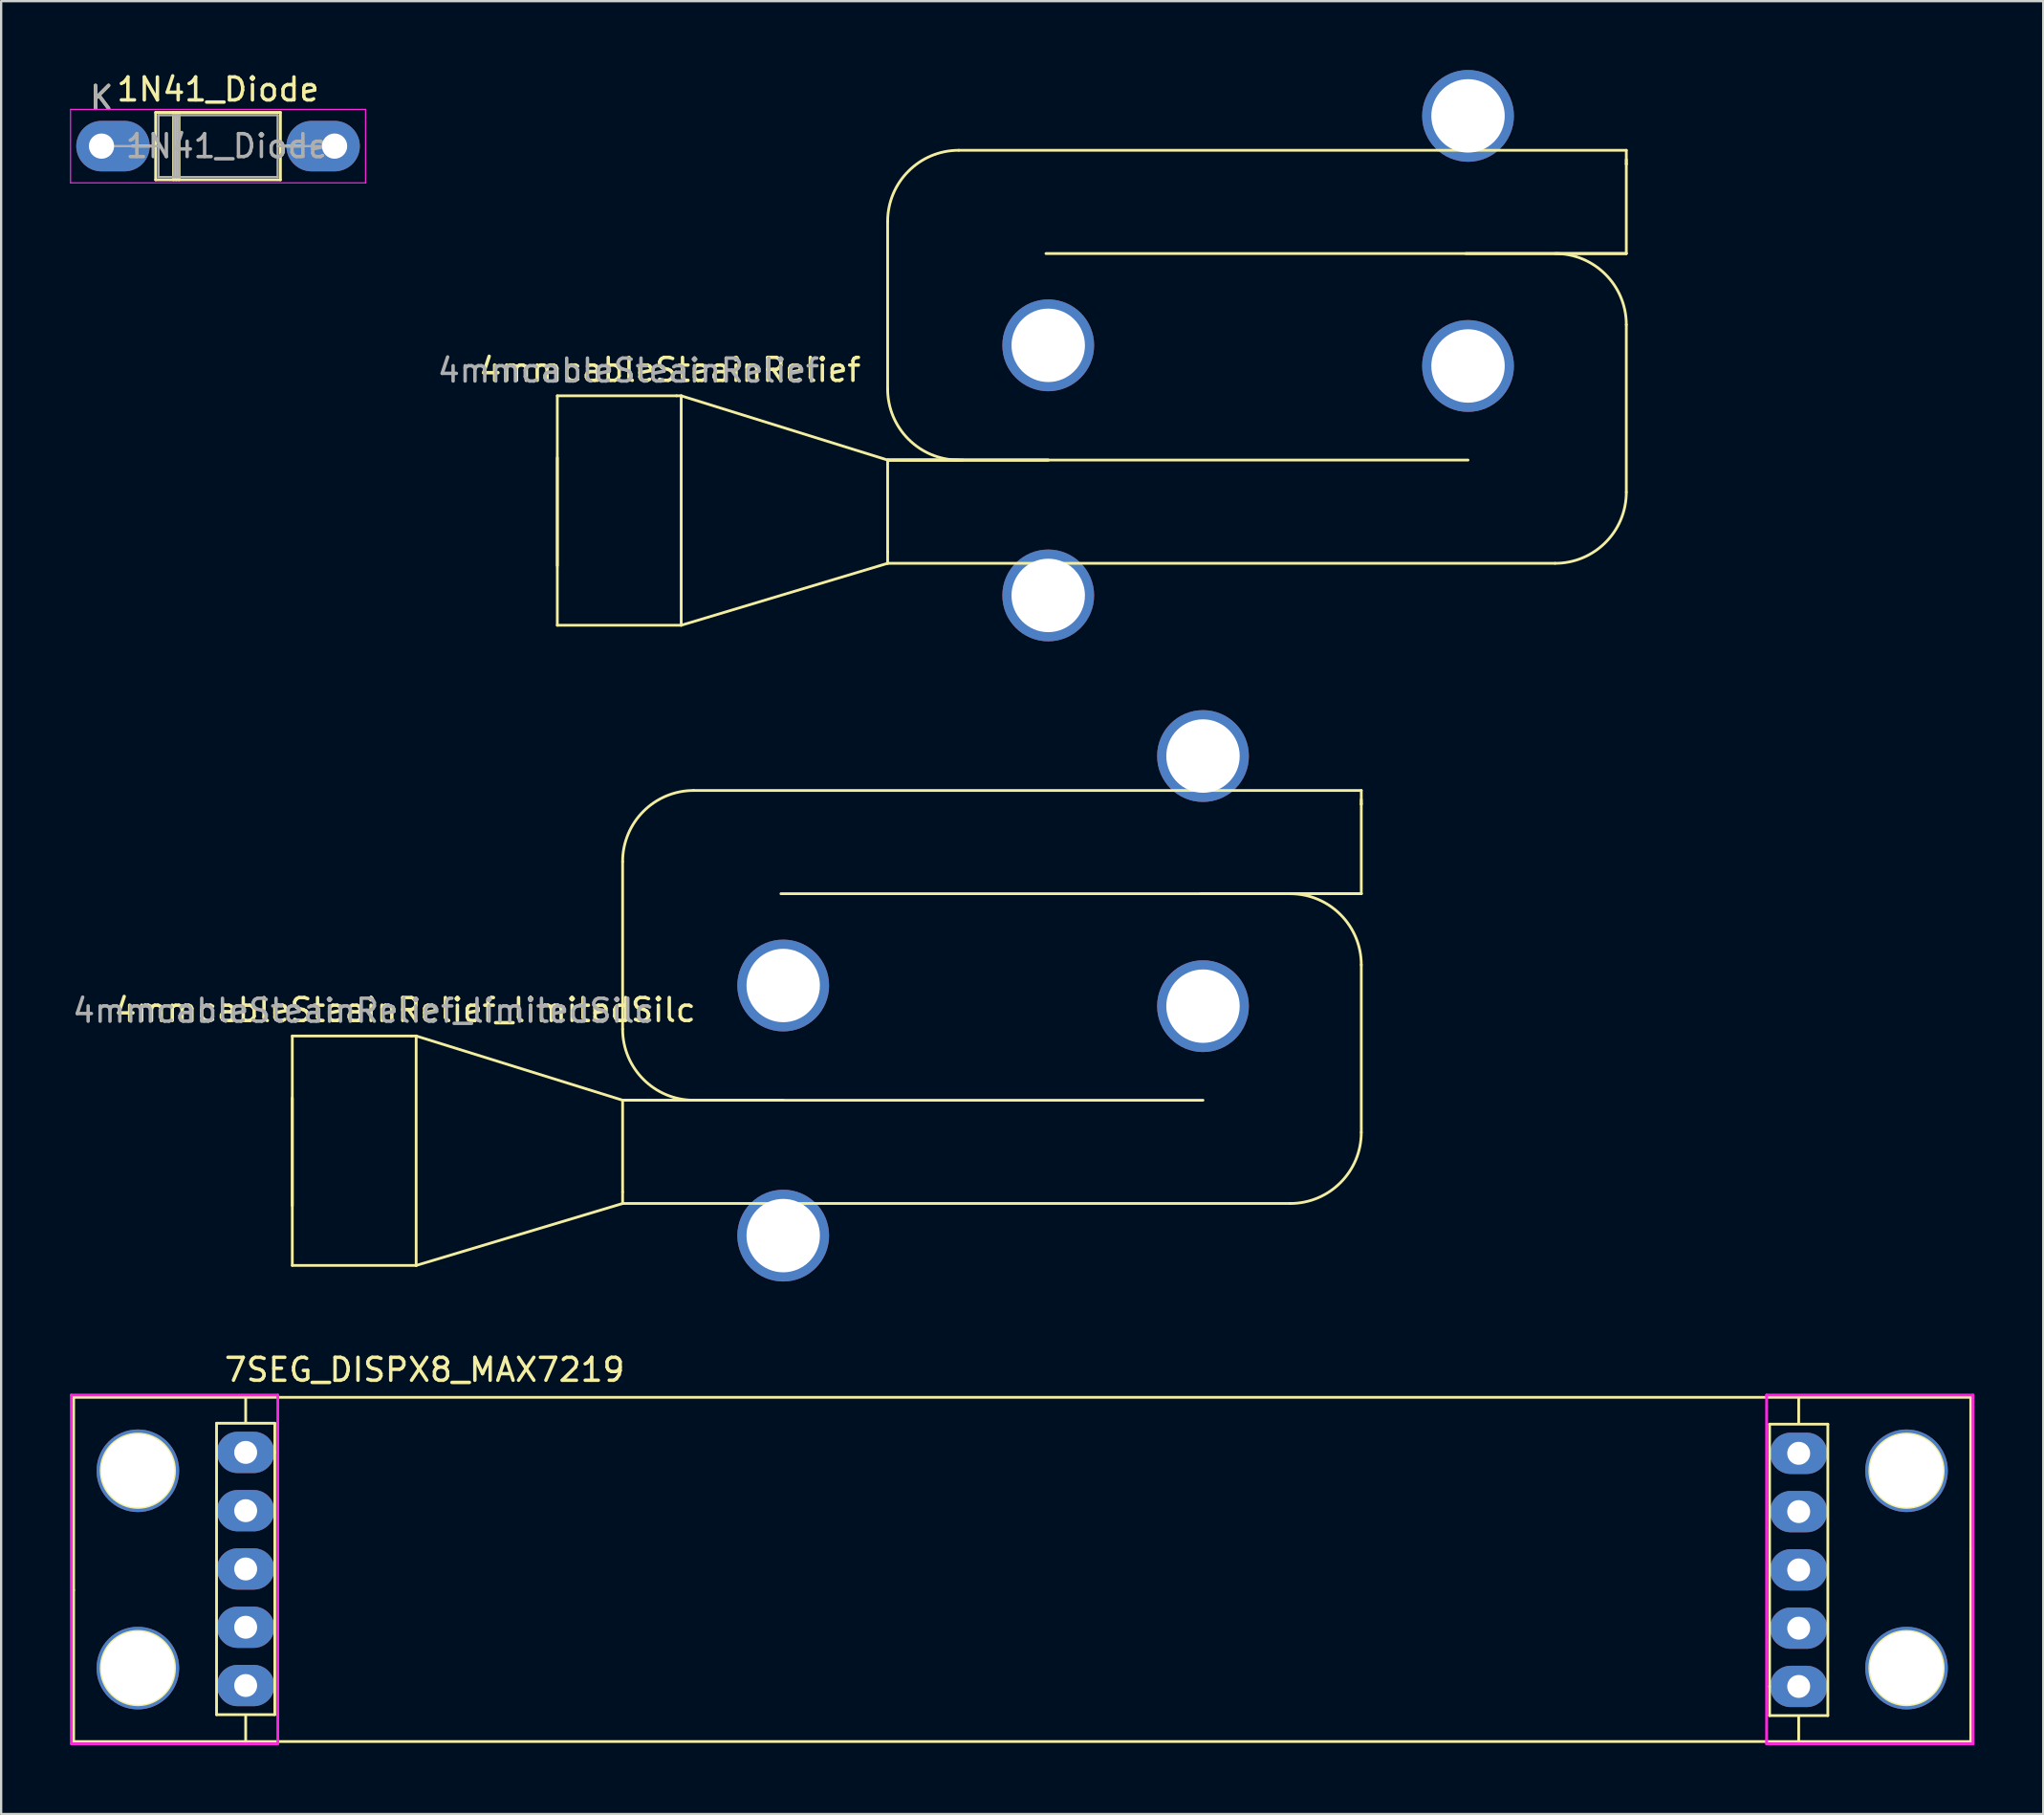
<source format=kicad_pcb>
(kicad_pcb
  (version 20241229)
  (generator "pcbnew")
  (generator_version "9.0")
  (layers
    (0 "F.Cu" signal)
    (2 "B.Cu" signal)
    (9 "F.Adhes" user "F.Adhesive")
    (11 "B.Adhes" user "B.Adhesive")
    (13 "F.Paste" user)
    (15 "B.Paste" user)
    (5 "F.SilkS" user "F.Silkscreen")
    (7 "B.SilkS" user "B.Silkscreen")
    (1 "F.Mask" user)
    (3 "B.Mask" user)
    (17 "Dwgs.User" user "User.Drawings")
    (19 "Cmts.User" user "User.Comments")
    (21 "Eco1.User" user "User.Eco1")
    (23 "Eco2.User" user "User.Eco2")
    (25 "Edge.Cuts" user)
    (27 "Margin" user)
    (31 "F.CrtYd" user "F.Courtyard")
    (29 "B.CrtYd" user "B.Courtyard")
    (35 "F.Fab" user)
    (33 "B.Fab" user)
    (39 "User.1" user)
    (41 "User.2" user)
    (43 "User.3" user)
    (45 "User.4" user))
  (footprint "7SEG_DISPX8_MAX7219"
    (layer "F.Cu")
    (at 7.66 60.248)
    (property "Reference" "7SEG_DISPX8_MAX7219" (at 7.8 -3.6 0) (layer "F.SilkS") (effects (font (size 1 1) (thickness 0.15))))
    (attr through_hole)
    (fp_line (start -7.5 -2.4) (end -7.5 6) (stroke (width 0.12) (type solid)) (layer "F.SilkS"))
    (fp_line (start -7.5 12.6) (end -7.5 6) (stroke (width 0.12) (type solid)) (layer "F.SilkS"))
    (fp_line (start -1.27 -1.27) (end -1.27 11.43) (stroke (width 0.12) (type solid)) (layer "F.SilkS"))
    (fp_line (start -1.27 11.43) (end 1.27 11.43) (stroke (width 0.12) (type solid)) (layer "F.SilkS"))
    (fp_line (start 0 -2.4) (end -7.5 -2.4) (stroke (width 0.12) (type solid)) (layer "F.SilkS"))
    (fp_line (start 0 -2.4) (end 0 -1.3) (stroke (width 0.12) (type solid)) (layer "F.SilkS"))
    (fp_line (start 0 -2.4) (end 67.7 -2.4) (stroke (width 0.12) (type solid)) (layer "F.SilkS"))
    (fp_line (start 0 11.5) (end 0 12.6) (stroke (width 0.12) (type solid)) (layer "F.SilkS"))
    (fp_line (start 0 12.6) (end -7.5 12.6) (stroke (width 0.12) (type solid)) (layer "F.SilkS"))
    (fp_line (start 0 12.6) (end 67.7 12.6) (stroke (width 0.12) (type solid)) (layer "F.SilkS"))
    (fp_line (start 1.27 -1.27) (end -1.27 -1.27) (stroke (width 0.12) (type solid)) (layer "F.SilkS"))
    (fp_line (start 1.27 0) (end 1.27 -1.27) (stroke (width 0.12) (type solid)) (layer "F.SilkS"))
    (fp_line (start 1.27 11.43) (end 1.27 0) (stroke (width 0.12) (type solid)) (layer "F.SilkS"))
    (fp_line (start 66.43 -1.23) (end 66.43 10.2) (stroke (width 0.12) (type solid)) (layer "F.SilkS"))
    (fp_line (start 66.43 10.2) (end 66.43 11.47) (stroke (width 0.12) (type solid)) (layer "F.SilkS"))
    (fp_line (start 66.43 11.47) (end 68.97 11.47) (stroke (width 0.12) (type solid)) (layer "F.SilkS"))
    (fp_line (start 67.7 -2.4) (end 75.2 -2.4) (stroke (width 0.12) (type solid)) (layer "F.SilkS"))
    (fp_line (start 67.7 -1.3) (end 67.7 -2.4) (stroke (width 0.12) (type solid)) (layer "F.SilkS"))
    (fp_line (start 67.7 12.6) (end 67.7 11.5) (stroke (width 0.12) (type solid)) (layer "F.SilkS"))
    (fp_line (start 67.7 12.6) (end 75.2 12.6) (stroke (width 0.12) (type solid)) (layer "F.SilkS"))
    (fp_line (start 68.97 -1.23) (end 66.43 -1.23) (stroke (width 0.12) (type solid)) (layer "F.SilkS"))
    (fp_line (start 68.97 11.47) (end 68.97 -1.23) (stroke (width 0.12) (type solid)) (layer "F.SilkS"))
    (fp_line (start 75.2 -2.4) (end 75.2 4.2) (stroke (width 0.12) (type solid)) (layer "F.SilkS"))
    (fp_line (start 75.2 12.6) (end 75.2 4.2) (stroke (width 0.12) (type solid)) (layer "F.SilkS"))
    (fp_circle (center -4.7 0.8) (end -6.3 0.8) (stroke (width 0.12) (type solid)) (fill no) (layer "F.SilkS"))
    (fp_circle (center -4.7 9.4) (end -6.3 9.4) (stroke (width 0.12) (type solid)) (fill no) (layer "F.SilkS"))
    (fp_circle (center 72.4 0.8) (end 74 0.8) (stroke (width 0.12) (type solid)) (fill no) (layer "F.SilkS"))
    (fp_circle (center 72.4 9.4) (end 74 9.4) (stroke (width 0.12) (type solid)) (fill no) (layer "F.SilkS"))
    (fp_line (start -7.6 -2.5) (end -7.6 12.7) (stroke (width 0.12) (type solid)) (layer "F.CrtYd"))
    (fp_line (start -7.6 -2.5) (end 1.4 -2.5) (stroke (width 0.12) (type solid)) (layer "F.CrtYd"))
    (fp_line (start -7.6 12.7) (end 1.4 12.7) (stroke (width 0.12) (type solid)) (layer "F.CrtYd"))
    (fp_line (start 1.4 12.7) (end 1.4 -2.5) (stroke (width 0.12) (type solid)) (layer "F.CrtYd"))
    (fp_line (start 66.3 -2.5) (end 66.3 12.7) (stroke (width 0.12) (type solid)) (layer "F.CrtYd"))
    (fp_line (start 75.3 -2.5) (end 66.3 -2.5) (stroke (width 0.12) (type solid)) (layer "F.CrtYd"))
    (fp_line (start 75.3 12.7) (end 66.3 12.7) (stroke (width 0.12) (type solid)) (layer "F.CrtYd"))
    (fp_line (start 75.3 12.7) (end 75.3 -2.5) (stroke (width 0.12) (type solid)) (layer "F.CrtYd"))
    (pad "" thru_hole oval (at -4.7 0.8) (size 3.6 3.6) (drill 3.2) (layers "*.Cu" "*.Mask"))
    (pad "" thru_hole oval (at -4.7 9.4) (size 3.6 3.6) (drill 3.2) (layers "*.Cu" "*.Mask"))
    (pad "" thru_hole oval (at 72.4 0.8 180) (size 3.6 3.6) (drill 3.2) (layers "*.Cu" "*.Mask"))
    (pad "" thru_hole oval (at 72.4 9.4 180) (size 3.6 3.6) (drill 3.2) (layers "*.Cu" "*.Mask"))
    (pad "1" thru_hole oval (at 0 0) (size 2.5 1.8) (drill 1) (layers "*.Cu" "*.Mask"))
    (pad "2" thru_hole oval (at 0 2.54) (size 2.5 1.8) (drill 1) (layers "*.Cu" "*.Mask"))
    (pad "3" thru_hole oval (at 0 5.08) (size 2.5 1.8) (drill 1) (layers "*.Cu" "*.Mask"))
    (pad "4" thru_hole oval (at 0 7.62) (size 2.5 1.8) (drill 1) (layers "*.Cu" "*.Mask"))
    (pad "5" thru_hole oval (at 0 10.16) (size 2.5 1.8) (drill 1) (layers "*.Cu" "*.Mask"))
    (pad "6" thru_hole oval (at 67.7 10.2 180) (size 2.5 1.8) (drill 1) (layers "*.Cu" "*.Mask"))
    (pad "7" thru_hole oval (at 67.7 7.66 180) (size 2.5 1.8) (drill 1) (layers "*.Cu" "*.Mask"))
    (pad "8" thru_hole oval (at 67.7 5.12 180) (size 2.5 1.8) (drill 1) (layers "*.Cu" "*.Mask"))
    (pad "9" thru_hole oval (at 67.7 2.58 180) (size 2.5 1.8) (drill 1) (layers "*.Cu" "*.Mask"))
    (pad "10" thru_hole oval (at 67.7 0.04 180) (size 2.5 1.8) (drill 1) (layers "*.Cu" "*.Mask")))
  (footprint "4mmcableSteainRelief"
    (layer "F.Cu")
    (at 22.345 15.4)
    (property "Reference" "4mmcableSteainRelief" (at 3.81 -2.33 0) (layer "F.SilkS") (effects (font (size 1 1) (thickness 0.15))))
    (attr through_hole)
    (fp_line (start -1.1 -1.2) (end 4.1 -1.2) (stroke (width 0.12) (type solid)) (layer "F.SilkS"))
    (fp_line (start -1.1 1.5) (end -1.1 6.2) (stroke (width 0.12) (type solid)) (layer "F.SilkS"))
    (fp_line (start -1.1 8.8) (end -1.1 -1.2) (stroke (width 0.12) (type solid)) (layer "F.SilkS"))
    (fp_line (start 4.1 -1.2) (end 4.3 -1.2) (stroke (width 0.12) (type solid)) (layer "F.SilkS"))
    (fp_line (start 4.3 -1.2) (end 4.3 8.8) (stroke (width 0.12) (type solid)) (layer "F.SilkS"))
    (fp_line (start 4.3 -1.2) (end 13.3 1.6) (stroke (width 0.12) (type solid)) (layer "F.SilkS"))
    (fp_line (start 4.3 8.8) (end -1.1 8.8) (stroke (width 0.12) (type solid)) (layer "F.SilkS"))
    (fp_line (start 4.3 8.8) (end 13.3 6.1) (stroke (width 0.12) (type solid)) (layer "F.SilkS"))
    (fp_line (start 13.3 -8.8) (end 13.3 -1.5) (stroke (width 0.12) (type solid)) (layer "F.SilkS"))
    (fp_line (start 13.3 1.6) (end 16.6 1.6) (stroke (width 0.12) (type solid)) (layer "F.SilkS"))
    (fp_line (start 13.3 1.6) (end 20.3 1.6) (stroke (width 0.12) (type solid)) (layer "F.SilkS"))
    (fp_line (start 13.3 1.6) (end 20.3 1.6) (stroke (width 0.12) (type solid)) (layer "F.SilkS"))
    (fp_line (start 13.3 1.6) (end 38.6 1.6) (stroke (width 0.12) (type solid)) (layer "F.SilkS"))
    (fp_line (start 13.3 5.6) (end 13.3 1.6) (stroke (width 0.12) (type solid)) (layer "F.SilkS"))
    (fp_line (start 13.3 5.6) (end 13.3 6.1) (stroke (width 0.12) (type solid)) (layer "F.SilkS"))
    (fp_line (start 13.3 6.1) (end 42.4 6.1) (stroke (width 0.12) (type solid)) (layer "F.SilkS"))
    (fp_line (start 16.4 -11.9) (end 45.5 -11.9) (stroke (width 0.12) (type solid)) (layer "F.SilkS"))
    (fp_line (start 45.5 -11.9) (end 45.5 -11.3) (stroke (width 0.12) (type solid)) (layer "F.SilkS"))
    (fp_line (start 45.5 -11.3) (end 45.5 -11.5) (stroke (width 0.12) (type solid)) (layer "F.SilkS"))
    (fp_line (start 45.5 -11.3) (end 45.5 -7.4) (stroke (width 0.12) (type solid)) (layer "F.SilkS"))
    (fp_line (start 45.5 -7.4) (end 20.2 -7.4) (stroke (width 0.12) (type solid)) (layer "F.SilkS"))
    (fp_line (start 45.5 -7.4) (end 38.5 -7.4) (stroke (width 0.12) (type solid)) (layer "F.SilkS"))
    (fp_line (start 45.5 -4.3) (end 45.5 3) (stroke (width 0.12) (type solid)) (layer "F.SilkS"))
    (fp_arc (start 13.3 -8.8) (mid 14.207969 -10.992031) (end 16.4 -11.9) (stroke (width 0.12) (type solid)) (layer "F.SilkS"))
    (fp_arc (start 16.4 1.6) (mid 14.207969 0.692031) (end 13.3 -1.5) (stroke (width 0.12) (type solid)) (layer "F.SilkS"))
    (fp_arc (start 42.4 -7.4) (mid 44.592031 -6.492031) (end 45.5 -4.3) (stroke (width 0.12) (type solid)) (layer "F.SilkS"))
    (fp_arc (start 45.5 3) (mid 44.592031 5.192031) (end 42.4 6.1) (stroke (width 0.12) (type solid)) (layer "F.SilkS"))
    (fp_text user "${REFERENCE}" (at 2 -2.3 0) (layer "F.Fab") (effects (font (size 1 1) (thickness 0.15))))
    (pad "" thru_hole circle (at 20.3 -3.4) (size 4 4) (drill 3.2) (layers "*.Cu" "*.Mask"))
    (pad "" thru_hole circle (at 20.3 7.5) (size 4 4) (drill 3.2) (layers "*.Cu" "*.Mask"))
    (pad "" thru_hole circle (at 38.6 -13.4) (size 4 4) (drill 3.2) (layers "*.Cu" "*.Mask"))
    (pad "" thru_hole circle (at 38.6 -2.5) (size 4 4) (drill 3.2) (layers "*.Cu" "*.Mask")))
  (footprint "1N41_Diode"
    (layer "F.Cu")
    (at 1.375 3.318)
    (property "Reference" "1N41_Diode" (at 5.08 -2.47 0) (layer "F.SilkS") (effects (font (size 1 1) (thickness 0.15))))
    (attr through_hole)
    (fp_line (start 1.34 0) (end 2.36 0) (stroke (width 0.12) (type solid)) (layer "F.SilkS"))
    (fp_line (start 2.36 -1.47) (end 2.36 1.47) (stroke (width 0.12) (type solid)) (layer "F.SilkS"))
    (fp_line (start 2.36 1.47) (end 7.8 1.47) (stroke (width 0.12) (type solid)) (layer "F.SilkS"))
    (fp_line (start 3.14 -1.47) (end 3.14 1.47) (stroke (width 0.12) (type solid)) (layer "F.SilkS"))
    (fp_line (start 3.26 -1.47) (end 3.26 1.47) (stroke (width 0.12) (type solid)) (layer "F.SilkS"))
    (fp_line (start 3.38 -1.47) (end 3.38 1.47) (stroke (width 0.12) (type solid)) (layer "F.SilkS"))
    (fp_line (start 7.8 -1.47) (end 2.36 -1.47) (stroke (width 0.12) (type solid)) (layer "F.SilkS"))
    (fp_line (start 7.8 1.47) (end 7.8 -1.47) (stroke (width 0.12) (type solid)) (layer "F.SilkS"))
    (fp_line (start 8.82 0) (end 7.8 0) (stroke (width 0.12) (type solid)) (layer "F.SilkS"))
    (fp_line (start -1.35 -1.6) (end -1.35 1.6) (stroke (width 0.05) (type solid)) (layer "F.CrtYd"))
    (fp_line (start -1.35 1.6) (end 11.51 1.6) (stroke (width 0.05) (type solid)) (layer "F.CrtYd"))
    (fp_line (start 11.51 -1.6) (end -1.35 -1.6) (stroke (width 0.05) (type solid)) (layer "F.CrtYd"))
    (fp_line (start 11.51 1.6) (end 11.51 -1.6) (stroke (width 0.05) (type solid)) (layer "F.CrtYd"))
    (fp_line (start 0 0) (end 2.48 0) (stroke (width 0.1) (type solid)) (layer "F.Fab"))
    (fp_line (start 2.48 -1.35) (end 2.48 1.35) (stroke (width 0.1) (type solid)) (layer "F.Fab"))
    (fp_line (start 2.48 1.35) (end 7.68 1.35) (stroke (width 0.1) (type solid)) (layer "F.Fab"))
    (fp_line (start 3.16 -1.35) (end 3.16 1.35) (stroke (width 0.1) (type solid)) (layer "F.Fab"))
    (fp_line (start 3.26 -1.35) (end 3.26 1.35) (stroke (width 0.1) (type solid)) (layer "F.Fab"))
    (fp_line (start 3.36 -1.35) (end 3.36 1.35) (stroke (width 0.1) (type solid)) (layer "F.Fab"))
    (fp_line (start 7.68 -1.35) (end 2.48 -1.35) (stroke (width 0.1) (type solid)) (layer "F.Fab"))
    (fp_line (start 7.68 1.35) (end 7.68 -1.35) (stroke (width 0.1) (type solid)) (layer "F.Fab"))
    (fp_line (start 10.16 0) (end 7.68 0) (stroke (width 0.1) (type solid)) (layer "F.Fab"))
    (fp_text user "K" (at 0 -2.1 0) (layer "F.SilkS") (effects (font (size 1 1) (thickness 0.15))))
    (fp_text user "${REFERENCE}" (at 5.47 0 0) (layer "F.Fab") (effects (font (size 1 1) (thickness 0.15))))
    (fp_text user "K" (at 0 -2.1 0) (layer "F.Fab") (effects (font (size 1 1) (thickness 0.15))))
    (pad "1" thru_hole oval (at 0 0) (size 3.2 2.2) (drill 1.1 (offset 0.5 0)) (layers "*.Cu" "*.Mask"))
    (pad "2" thru_hole oval (at 10.16 0) (size 3.2 2.2) (drill 1.1 (offset -0.5 0)) (layers "*.Cu" "*.Mask")))
  (footprint "4mmcableSteainRelief_limitedSilc"
    (layer "F.Cu")
    (at 10.792 43.3)
    (property "Reference" "4mmcableSteainRelief_limitedSilc" (at 3.81 -2.33 0) (layer "F.SilkS") (effects (font (size 1 1) (thickness 0.15))))
    (attr through_hole)
    (fp_line (start -1.1 -1.2) (end 4.1 -1.2) (stroke (width 0.12) (type solid)) (layer "F.SilkS"))
    (fp_line (start -1.1 1.5) (end -1.1 6.2) (stroke (width 0.12) (type solid)) (layer "F.SilkS"))
    (fp_line (start -1.1 8.8) (end -1.1 -1.2) (stroke (width 0.12) (type solid)) (layer "F.SilkS"))
    (fp_line (start 4.1 -1.2) (end 4.3 -1.2) (stroke (width 0.12) (type solid)) (layer "F.SilkS"))
    (fp_line (start 4.3 -1.2) (end 4.3 8.8) (stroke (width 0.12) (type solid)) (layer "F.SilkS"))
    (fp_line (start 4.3 -1.2) (end 13.3 1.6) (stroke (width 0.12) (type solid)) (layer "F.SilkS"))
    (fp_line (start 4.3 8.8) (end -1.1 8.8) (stroke (width 0.12) (type solid)) (layer "F.SilkS"))
    (fp_line (start 4.3 8.8) (end 13.3 6.1) (stroke (width 0.12) (type solid)) (layer "F.SilkS"))
    (fp_line (start 13.3 -8.8) (end 13.3 -1.5) (stroke (width 0.12) (type solid)) (layer "F.SilkS"))
    (fp_line (start 13.3 1.6) (end 16.6 1.6) (stroke (width 0.12) (type solid)) (layer "F.SilkS"))
    (fp_line (start 13.3 1.6) (end 20.3 1.6) (stroke (width 0.12) (type solid)) (layer "F.SilkS"))
    (fp_line (start 13.3 1.6) (end 20.3 1.6) (stroke (width 0.12) (type solid)) (layer "F.SilkS"))
    (fp_line (start 13.3 1.6) (end 38.6 1.6) (stroke (width 0.12) (type solid)) (layer "F.SilkS"))
    (fp_line (start 13.3 5.6) (end 13.3 1.6) (stroke (width 0.12) (type solid)) (layer "F.SilkS"))
    (fp_line (start 13.3 5.6) (end 13.3 6.1) (stroke (width 0.12) (type solid)) (layer "F.SilkS"))
    (fp_line (start 13.3 6.1) (end 42.4 6.1) (stroke (width 0.12) (type solid)) (layer "F.SilkS"))
    (fp_line (start 16.4 -11.9) (end 45.5 -11.9) (stroke (width 0.12) (type solid)) (layer "F.SilkS"))
    (fp_line (start 45.5 -11.9) (end 45.5 -11.3) (stroke (width 0.12) (type solid)) (layer "F.SilkS"))
    (fp_line (start 45.5 -11.3) (end 45.5 -11.5) (stroke (width 0.12) (type solid)) (layer "F.SilkS"))
    (fp_line (start 45.5 -11.3) (end 45.5 -7.4) (stroke (width 0.12) (type solid)) (layer "F.SilkS"))
    (fp_line (start 45.5 -7.4) (end 20.2 -7.4) (stroke (width 0.12) (type solid)) (layer "F.SilkS"))
    (fp_line (start 45.5 -7.4) (end 38.5 -7.4) (stroke (width 0.12) (type solid)) (layer "F.SilkS"))
    (fp_line (start 45.5 -4.3) (end 45.5 3) (stroke (width 0.12) (type solid)) (layer "F.SilkS"))
    (fp_arc (start 13.3 -8.8) (mid 14.207969 -10.992031) (end 16.4 -11.9) (stroke (width 0.12) (type solid)) (layer "F.SilkS"))
    (fp_arc (start 16.4 1.6) (mid 14.207969 0.692031) (end 13.3 -1.5) (stroke (width 0.12) (type solid)) (layer "F.SilkS"))
    (fp_arc (start 42.4 -7.4) (mid 44.592031 -6.492031) (end 45.5 -4.3) (stroke (width 0.12) (type solid)) (layer "F.SilkS"))
    (fp_arc (start 45.5 3) (mid 44.592031 5.192031) (end 42.4 6.1) (stroke (width 0.12) (type solid)) (layer "F.SilkS"))
    (fp_text user "${REFERENCE}" (at 2 -2.3 0) (layer "F.Fab") (effects (font (size 1 1) (thickness 0.15))))
    (pad "" thru_hole circle (at 20.3 -3.4) (size 4 4) (drill 3.2) (layers "*.Cu" "*.Mask"))
    (pad "" thru_hole circle (at 20.3 7.5) (size 4 4) (drill 3.2) (layers "*.Cu" "*.Mask"))
    (pad "" thru_hole circle (at 38.6 -13.4) (size 4 4) (drill 3.2) (layers "*.Cu" "*.Mask"))
    (pad "" thru_hole circle (at 38.6 -2.5) (size 4 4) (drill 3.2) (layers "*.Cu" "*.Mask")))
  (gr_rect
    (start -3 -3)
    (end 86.02 76.008)
    (stroke (width 0.1) (type default))
    (fill no)
    (layer "Edge.Cuts")))
</source>
